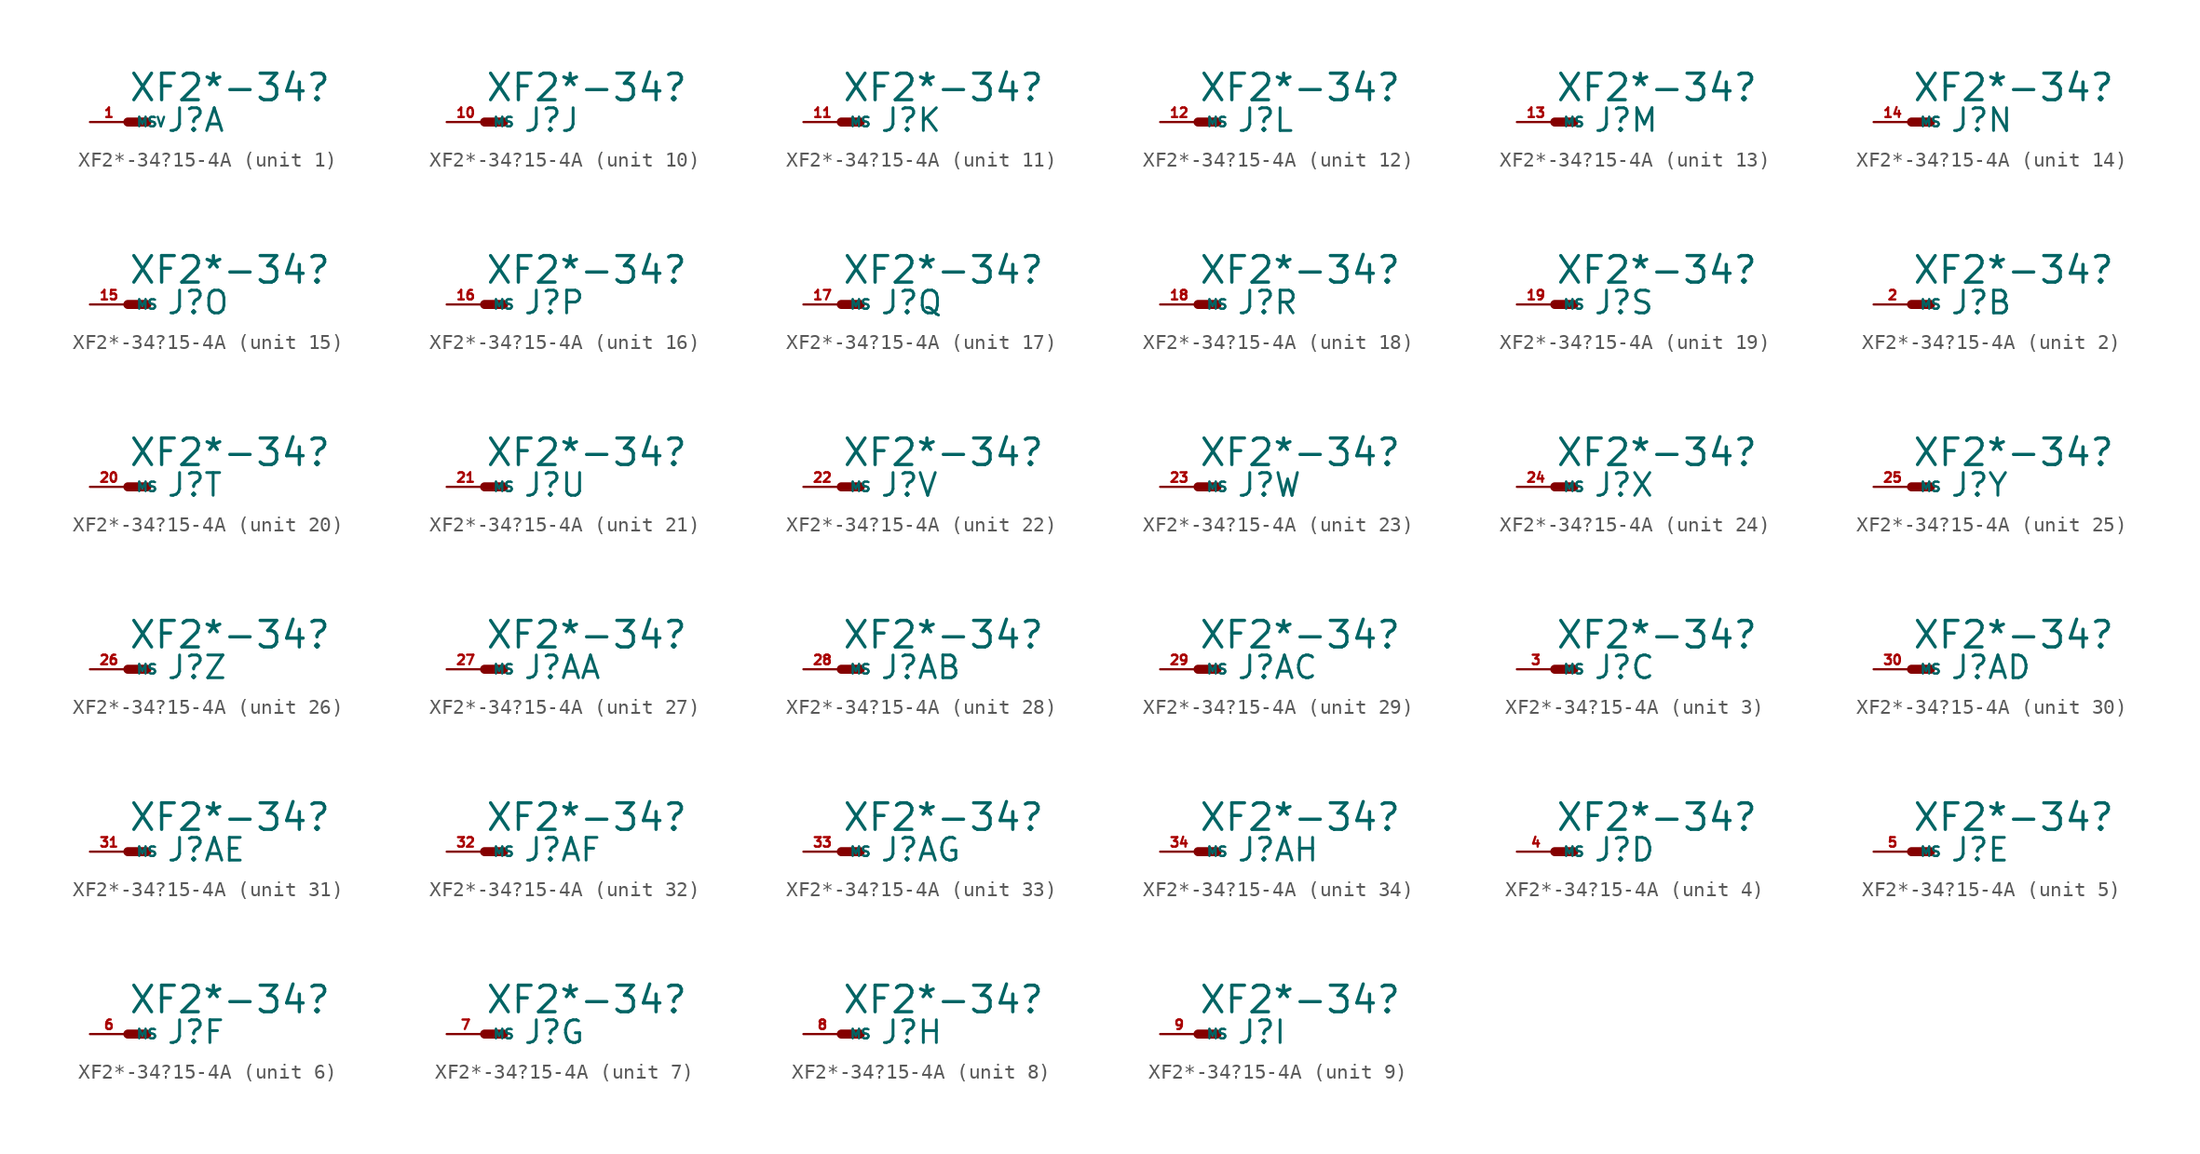
<source format=kicad_sym>
(kicad_symbol_lib
  (version 20220914)
  (generator Eagle2Kicad)
  (symbol "XF2*-34?15-4A"
    (property "Reference" "J"
      (at 2.54 -0.762 0)
      (effects (font (size 1.524 1.524) (thickness 0.19)) (justify left bottom)))
    (property "Value" "XF2*-34?"
      (at 0 1.27 0)
      (effects (font (size 1.778 1.778) (thickness 0.22)) (justify left bottom)))
    (symbol "XF2*-34?15-4A_1_0"
      (polyline (pts (xy 0 0) (xy 1.27 0)) (stroke (width 0.61) (type default)) (fill (type none)))
      (pin passive line (at -2.54 0 0) (length 2.54) (name "MSV" (effects (font (size 0.635 0.635) (thickness 0.08)) (justify left bottom))) (number "1" (effects (font (size 0.635 0.635) (thickness 0.08)) (justify left bottom)))))
    (symbol "XF2*-34?15-4A_2_0"
      (polyline (pts (xy 0 0) (xy 1.27 0)) (stroke (width 0.61) (type default)) (fill (type none)))
      (pin passive line (at -2.54 0 0) (length 2.54) (name "MS" (effects (font (size 0.635 0.635) (thickness 0.08)) (justify left bottom))) (number "2" (effects (font (size 0.635 0.635) (thickness 0.08)) (justify left bottom)))))
    (symbol "XF2*-34?15-4A_3_0"
      (polyline (pts (xy 0 0) (xy 1.27 0)) (stroke (width 0.61) (type default)) (fill (type none)))
      (pin passive line (at -2.54 0 0) (length 2.54) (name "MS" (effects (font (size 0.635 0.635) (thickness 0.08)) (justify left bottom))) (number "3" (effects (font (size 0.635 0.635) (thickness 0.08)) (justify left bottom)))))
    (symbol "XF2*-34?15-4A_4_0"
      (polyline (pts (xy 0 0) (xy 1.27 0)) (stroke (width 0.61) (type default)) (fill (type none)))
      (pin passive line (at -2.54 0 0) (length 2.54) (name "MS" (effects (font (size 0.635 0.635) (thickness 0.08)) (justify left bottom))) (number "4" (effects (font (size 0.635 0.635) (thickness 0.08)) (justify left bottom)))))
    (symbol "XF2*-34?15-4A_5_0"
      (polyline (pts (xy 0 0) (xy 1.27 0)) (stroke (width 0.61) (type default)) (fill (type none)))
      (pin passive line (at -2.54 0 0) (length 2.54) (name "MS" (effects (font (size 0.635 0.635) (thickness 0.08)) (justify left bottom))) (number "5" (effects (font (size 0.635 0.635) (thickness 0.08)) (justify left bottom)))))
    (symbol "XF2*-34?15-4A_6_0"
      (polyline (pts (xy 0 0) (xy 1.27 0)) (stroke (width 0.61) (type default)) (fill (type none)))
      (pin passive line (at -2.54 0 0) (length 2.54) (name "MS" (effects (font (size 0.635 0.635) (thickness 0.08)) (justify left bottom))) (number "6" (effects (font (size 0.635 0.635) (thickness 0.08)) (justify left bottom)))))
    (symbol "XF2*-34?15-4A_7_0"
      (polyline (pts (xy 0 0) (xy 1.27 0)) (stroke (width 0.61) (type default)) (fill (type none)))
      (pin passive line (at -2.54 0 0) (length 2.54) (name "MS" (effects (font (size 0.635 0.635) (thickness 0.08)) (justify left bottom))) (number "7" (effects (font (size 0.635 0.635) (thickness 0.08)) (justify left bottom)))))
    (symbol "XF2*-34?15-4A_8_0"
      (polyline (pts (xy 0 0) (xy 1.27 0)) (stroke (width 0.61) (type default)) (fill (type none)))
      (pin passive line (at -2.54 0 0) (length 2.54) (name "MS" (effects (font (size 0.635 0.635) (thickness 0.08)) (justify left bottom))) (number "8" (effects (font (size 0.635 0.635) (thickness 0.08)) (justify left bottom)))))
    (symbol "XF2*-34?15-4A_9_0"
      (polyline (pts (xy 0 0) (xy 1.27 0)) (stroke (width 0.61) (type default)) (fill (type none)))
      (pin passive line (at -2.54 0 0) (length 2.54) (name "MS" (effects (font (size 0.635 0.635) (thickness 0.08)) (justify left bottom))) (number "9" (effects (font (size 0.635 0.635) (thickness 0.08)) (justify left bottom)))))
    (symbol "XF2*-34?15-4A_10_0"
      (polyline (pts (xy 0 0) (xy 1.27 0)) (stroke (width 0.61) (type default)) (fill (type none)))
      (pin passive line (at -2.54 0 0) (length 2.54) (name "MS" (effects (font (size 0.635 0.635) (thickness 0.08)) (justify left bottom))) (number "10" (effects (font (size 0.635 0.635) (thickness 0.08)) (justify left bottom)))))
    (symbol "XF2*-34?15-4A_11_0"
      (polyline (pts (xy 0 0) (xy 1.27 0)) (stroke (width 0.61) (type default)) (fill (type none)))
      (pin passive line (at -2.54 0 0) (length 2.54) (name "MS" (effects (font (size 0.635 0.635) (thickness 0.08)) (justify left bottom))) (number "11" (effects (font (size 0.635 0.635) (thickness 0.08)) (justify left bottom)))))
    (symbol "XF2*-34?15-4A_12_0"
      (polyline (pts (xy 0 0) (xy 1.27 0)) (stroke (width 0.61) (type default)) (fill (type none)))
      (pin passive line (at -2.54 0 0) (length 2.54) (name "MS" (effects (font (size 0.635 0.635) (thickness 0.08)) (justify left bottom))) (number "12" (effects (font (size 0.635 0.635) (thickness 0.08)) (justify left bottom)))))
    (symbol "XF2*-34?15-4A_13_0"
      (polyline (pts (xy 0 0) (xy 1.27 0)) (stroke (width 0.61) (type default)) (fill (type none)))
      (pin passive line (at -2.54 0 0) (length 2.54) (name "MS" (effects (font (size 0.635 0.635) (thickness 0.08)) (justify left bottom))) (number "13" (effects (font (size 0.635 0.635) (thickness 0.08)) (justify left bottom)))))
    (symbol "XF2*-34?15-4A_14_0"
      (polyline (pts (xy 0 0) (xy 1.27 0)) (stroke (width 0.61) (type default)) (fill (type none)))
      (pin passive line (at -2.54 0 0) (length 2.54) (name "MS" (effects (font (size 0.635 0.635) (thickness 0.08)) (justify left bottom))) (number "14" (effects (font (size 0.635 0.635) (thickness 0.08)) (justify left bottom)))))
    (symbol "XF2*-34?15-4A_15_0"
      (polyline (pts (xy 0 0) (xy 1.27 0)) (stroke (width 0.61) (type default)) (fill (type none)))
      (pin passive line (at -2.54 0 0) (length 2.54) (name "MS" (effects (font (size 0.635 0.635) (thickness 0.08)) (justify left bottom))) (number "15" (effects (font (size 0.635 0.635) (thickness 0.08)) (justify left bottom)))))
    (symbol "XF2*-34?15-4A_16_0"
      (polyline (pts (xy 0 0) (xy 1.27 0)) (stroke (width 0.61) (type default)) (fill (type none)))
      (pin passive line (at -2.54 0 0) (length 2.54) (name "MS" (effects (font (size 0.635 0.635) (thickness 0.08)) (justify left bottom))) (number "16" (effects (font (size 0.635 0.635) (thickness 0.08)) (justify left bottom)))))
    (symbol "XF2*-34?15-4A_17_0"
      (polyline (pts (xy 0 0) (xy 1.27 0)) (stroke (width 0.61) (type default)) (fill (type none)))
      (pin passive line (at -2.54 0 0) (length 2.54) (name "MS" (effects (font (size 0.635 0.635) (thickness 0.08)) (justify left bottom))) (number "17" (effects (font (size 0.635 0.635) (thickness 0.08)) (justify left bottom)))))
    (symbol "XF2*-34?15-4A_18_0"
      (polyline (pts (xy 0 0) (xy 1.27 0)) (stroke (width 0.61) (type default)) (fill (type none)))
      (pin passive line (at -2.54 0 0) (length 2.54) (name "MS" (effects (font (size 0.635 0.635) (thickness 0.08)) (justify left bottom))) (number "18" (effects (font (size 0.635 0.635) (thickness 0.08)) (justify left bottom)))))
    (symbol "XF2*-34?15-4A_19_0"
      (polyline (pts (xy 0 0) (xy 1.27 0)) (stroke (width 0.61) (type default)) (fill (type none)))
      (pin passive line (at -2.54 0 0) (length 2.54) (name "MS" (effects (font (size 0.635 0.635) (thickness 0.08)) (justify left bottom))) (number "19" (effects (font (size 0.635 0.635) (thickness 0.08)) (justify left bottom)))))
    (symbol "XF2*-34?15-4A_20_0"
      (polyline (pts (xy 0 0) (xy 1.27 0)) (stroke (width 0.61) (type default)) (fill (type none)))
      (pin passive line (at -2.54 0 0) (length 2.54) (name "MS" (effects (font (size 0.635 0.635) (thickness 0.08)) (justify left bottom))) (number "20" (effects (font (size 0.635 0.635) (thickness 0.08)) (justify left bottom)))))
    (symbol "XF2*-34?15-4A_21_0"
      (polyline (pts (xy 0 0) (xy 1.27 0)) (stroke (width 0.61) (type default)) (fill (type none)))
      (pin passive line (at -2.54 0 0) (length 2.54) (name "MS" (effects (font (size 0.635 0.635) (thickness 0.08)) (justify left bottom))) (number "21" (effects (font (size 0.635 0.635) (thickness 0.08)) (justify left bottom)))))
    (symbol "XF2*-34?15-4A_22_0"
      (polyline (pts (xy 0 0) (xy 1.27 0)) (stroke (width 0.61) (type default)) (fill (type none)))
      (pin passive line (at -2.54 0 0) (length 2.54) (name "MS" (effects (font (size 0.635 0.635) (thickness 0.08)) (justify left bottom))) (number "22" (effects (font (size 0.635 0.635) (thickness 0.08)) (justify left bottom)))))
    (symbol "XF2*-34?15-4A_23_0"
      (polyline (pts (xy 0 0) (xy 1.27 0)) (stroke (width 0.61) (type default)) (fill (type none)))
      (pin passive line (at -2.54 0 0) (length 2.54) (name "MS" (effects (font (size 0.635 0.635) (thickness 0.08)) (justify left bottom))) (number "23" (effects (font (size 0.635 0.635) (thickness 0.08)) (justify left bottom)))))
    (symbol "XF2*-34?15-4A_24_0"
      (polyline (pts (xy 0 0) (xy 1.27 0)) (stroke (width 0.61) (type default)) (fill (type none)))
      (pin passive line (at -2.54 0 0) (length 2.54) (name "MS" (effects (font (size 0.635 0.635) (thickness 0.08)) (justify left bottom))) (number "24" (effects (font (size 0.635 0.635) (thickness 0.08)) (justify left bottom)))))
    (symbol "XF2*-34?15-4A_25_0"
      (polyline (pts (xy 0 0) (xy 1.27 0)) (stroke (width 0.61) (type default)) (fill (type none)))
      (pin passive line (at -2.54 0 0) (length 2.54) (name "MS" (effects (font (size 0.635 0.635) (thickness 0.08)) (justify left bottom))) (number "25" (effects (font (size 0.635 0.635) (thickness 0.08)) (justify left bottom)))))
    (symbol "XF2*-34?15-4A_26_0"
      (polyline (pts (xy 0 0) (xy 1.27 0)) (stroke (width 0.61) (type default)) (fill (type none)))
      (pin passive line (at -2.54 0 0) (length 2.54) (name "MS" (effects (font (size 0.635 0.635) (thickness 0.08)) (justify left bottom))) (number "26" (effects (font (size 0.635 0.635) (thickness 0.08)) (justify left bottom)))))
    (symbol "XF2*-34?15-4A_27_0"
      (polyline (pts (xy 0 0) (xy 1.27 0)) (stroke (width 0.61) (type default)) (fill (type none)))
      (pin passive line (at -2.54 0 0) (length 2.54) (name "MS" (effects (font (size 0.635 0.635) (thickness 0.08)) (justify left bottom))) (number "27" (effects (font (size 0.635 0.635) (thickness 0.08)) (justify left bottom)))))
    (symbol "XF2*-34?15-4A_28_0"
      (polyline (pts (xy 0 0) (xy 1.27 0)) (stroke (width 0.61) (type default)) (fill (type none)))
      (pin passive line (at -2.54 0 0) (length 2.54) (name "MS" (effects (font (size 0.635 0.635) (thickness 0.08)) (justify left bottom))) (number "28" (effects (font (size 0.635 0.635) (thickness 0.08)) (justify left bottom)))))
    (symbol "XF2*-34?15-4A_29_0"
      (polyline (pts (xy 0 0) (xy 1.27 0)) (stroke (width 0.61) (type default)) (fill (type none)))
      (pin passive line (at -2.54 0 0) (length 2.54) (name "MS" (effects (font (size 0.635 0.635) (thickness 0.08)) (justify left bottom))) (number "29" (effects (font (size 0.635 0.635) (thickness 0.08)) (justify left bottom)))))
    (symbol "XF2*-34?15-4A_30_0"
      (polyline (pts (xy 0 0) (xy 1.27 0)) (stroke (width 0.61) (type default)) (fill (type none)))
      (pin passive line (at -2.54 0 0) (length 2.54) (name "MS" (effects (font (size 0.635 0.635) (thickness 0.08)) (justify left bottom))) (number "30" (effects (font (size 0.635 0.635) (thickness 0.08)) (justify left bottom)))))
    (symbol "XF2*-34?15-4A_31_0"
      (polyline (pts (xy 0 0) (xy 1.27 0)) (stroke (width 0.61) (type default)) (fill (type none)))
      (pin passive line (at -2.54 0 0) (length 2.54) (name "MS" (effects (font (size 0.635 0.635) (thickness 0.08)) (justify left bottom))) (number "31" (effects (font (size 0.635 0.635) (thickness 0.08)) (justify left bottom)))))
    (symbol "XF2*-34?15-4A_32_0"
      (polyline (pts (xy 0 0) (xy 1.27 0)) (stroke (width 0.61) (type default)) (fill (type none)))
      (pin passive line (at -2.54 0 0) (length 2.54) (name "MS" (effects (font (size 0.635 0.635) (thickness 0.08)) (justify left bottom))) (number "32" (effects (font (size 0.635 0.635) (thickness 0.08)) (justify left bottom)))))
    (symbol "XF2*-34?15-4A_33_0"
      (polyline (pts (xy 0 0) (xy 1.27 0)) (stroke (width 0.61) (type default)) (fill (type none)))
      (pin passive line (at -2.54 0 0) (length 2.54) (name "MS" (effects (font (size 0.635 0.635) (thickness 0.08)) (justify left bottom))) (number "33" (effects (font (size 0.635 0.635) (thickness 0.08)) (justify left bottom)))))
    (symbol "XF2*-34?15-4A_34_0"
      (polyline (pts (xy 0 0) (xy 1.27 0)) (stroke (width 0.61) (type default)) (fill (type none)))
      (pin passive line (at -2.54 0 0) (length 2.54) (name "MS" (effects (font (size 0.635 0.635) (thickness 0.08)) (justify left bottom))) (number "34" (effects (font (size 0.635 0.635) (thickness 0.08)) (justify left bottom)))))))
</source>
